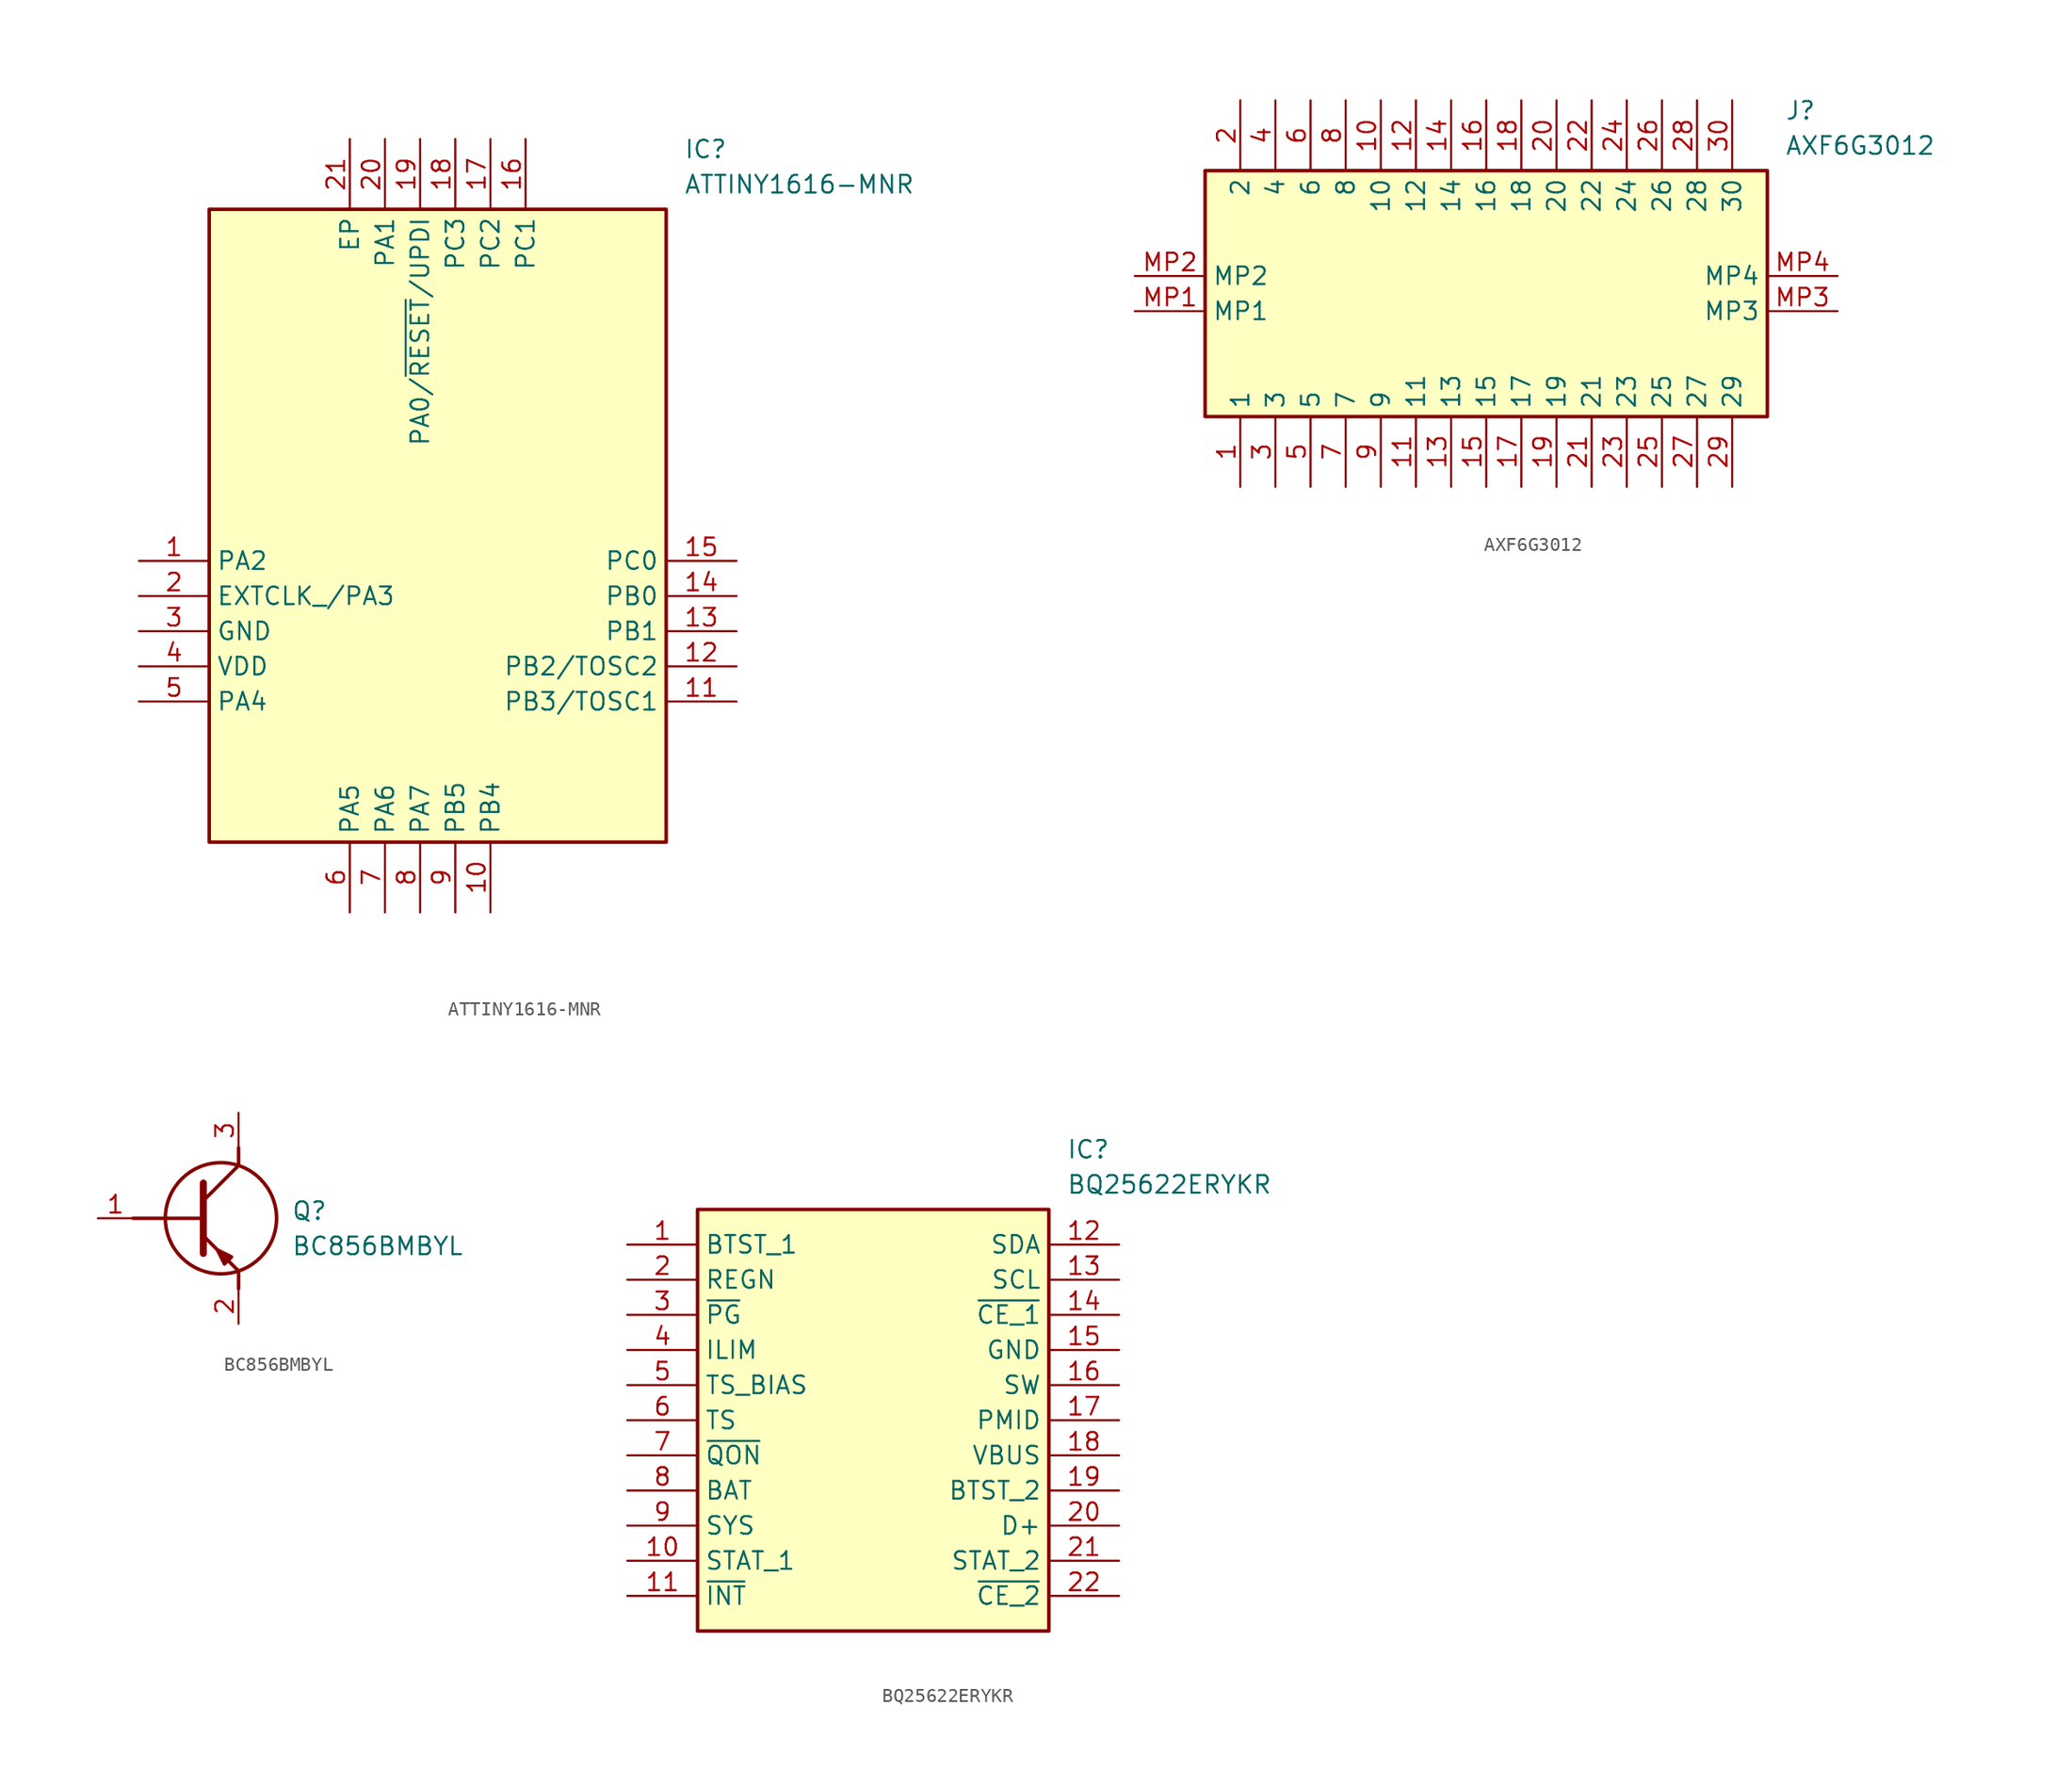
<source format=kicad_sym>
(kicad_symbol_lib
  (version 20220914)
  (generator SamacSys_ECAD_Model)
  (symbol "ATTINY1616-MNR"
    (property "Reference" "IC"
      (at 39.37 30.48 0)
      (effects (font (size 1.27 1.27)) (justify left top)))
    (property "Value" "ATTINY1616-MNR"
      (at 39.37 27.94 0)
      (effects (font (size 1.27 1.27)) (justify left top)))
    (rectangle
      (start 5.08 25.4)
      (end 38.1 -20.32)
      (stroke (width 0.254) (type default))
      (fill (type background)))
    (pin passive line
      (at 0 0 0)
      (length 5.08)
      (name "PA2" (effects (font (size 1.27 1.27))))
      (number "1" (effects (font (size 1.27 1.27)))))
    (pin passive line
      (at 0 -2.54 0)
      (length 5.08)
      (name "EXTCLK_/PA3" (effects (font (size 1.27 1.27))))
      (number "2" (effects (font (size 1.27 1.27)))))
    (pin passive line
      (at 0 -5.08 0)
      (length 5.08)
      (name "GND" (effects (font (size 1.27 1.27))))
      (number "3" (effects (font (size 1.27 1.27)))))
    (pin passive line
      (at 0 -7.62 0)
      (length 5.08)
      (name "VDD" (effects (font (size 1.27 1.27))))
      (number "4" (effects (font (size 1.27 1.27)))))
    (pin passive line
      (at 0 -10.16 0)
      (length 5.08)
      (name "PA4" (effects (font (size 1.27 1.27))))
      (number "5" (effects (font (size 1.27 1.27)))))
    (pin passive line
      (at 15.24 -25.4 90)
      (length 5.08)
      (name "PA5" (effects (font (size 1.27 1.27))))
      (number "6" (effects (font (size 1.27 1.27)))))
    (pin passive line
      (at 17.78 -25.4 90)
      (length 5.08)
      (name "PA6" (effects (font (size 1.27 1.27))))
      (number "7" (effects (font (size 1.27 1.27)))))
    (pin passive line
      (at 20.32 -25.4 90)
      (length 5.08)
      (name "PA7" (effects (font (size 1.27 1.27))))
      (number "8" (effects (font (size 1.27 1.27)))))
    (pin passive line
      (at 22.86 -25.4 90)
      (length 5.08)
      (name "PB5" (effects (font (size 1.27 1.27))))
      (number "9" (effects (font (size 1.27 1.27)))))
    (pin passive line
      (at 25.4 -25.4 90)
      (length 5.08)
      (name "PB4" (effects (font (size 1.27 1.27))))
      (number "10" (effects (font (size 1.27 1.27)))))
    (pin passive line
      (at 43.18 0 180)
      (length 5.08)
      (name "PC0" (effects (font (size 1.27 1.27))))
      (number "15" (effects (font (size 1.27 1.27)))))
    (pin passive line
      (at 43.18 -2.54 180)
      (length 5.08)
      (name "PB0" (effects (font (size 1.27 1.27))))
      (number "14" (effects (font (size 1.27 1.27)))))
    (pin passive line
      (at 43.18 -5.08 180)
      (length 5.08)
      (name "PB1" (effects (font (size 1.27 1.27))))
      (number "13" (effects (font (size 1.27 1.27)))))
    (pin passive line
      (at 43.18 -7.62 180)
      (length 5.08)
      (name "PB2/TOSC2" (effects (font (size 1.27 1.27))))
      (number "12" (effects (font (size 1.27 1.27)))))
    (pin passive line
      (at 43.18 -10.16 180)
      (length 5.08)
      (name "PB3/TOSC1" (effects (font (size 1.27 1.27))))
      (number "11" (effects (font (size 1.27 1.27)))))
    (pin passive line
      (at 15.24 30.48 270)
      (length 5.08)
      (name "EP" (effects (font (size 1.27 1.27))))
      (number "21" (effects (font (size 1.27 1.27)))))
    (pin passive line
      (at 17.78 30.48 270)
      (length 5.08)
      (name "PA1" (effects (font (size 1.27 1.27))))
      (number "20" (effects (font (size 1.27 1.27)))))
    (pin passive line
      (at 20.32 30.48 270)
      (length 5.08)
      (name "PA0/~{RESET}/UPDI" (effects (font (size 1.27 1.27))))
      (number "19" (effects (font (size 1.27 1.27)))))
    (pin passive line
      (at 22.86 30.48 270)
      (length 5.08)
      (name "PC3" (effects (font (size 1.27 1.27))))
      (number "18" (effects (font (size 1.27 1.27)))))
    (pin passive line
      (at 25.4 30.48 270)
      (length 5.08)
      (name "PC2" (effects (font (size 1.27 1.27))))
      (number "17" (effects (font (size 1.27 1.27)))))
    (pin passive line
      (at 27.94 30.48 270)
      (length 5.08)
      (name "PC1" (effects (font (size 1.27 1.27))))
      (number "16" (effects (font (size 1.27 1.27))))))
  (symbol "AXF6G3012"
    (property "Reference" "J"
      (at 46.99 12.7 0)
      (effects (font (size 1.27 1.27)) (justify left top)))
    (property "Value" "AXF6G3012"
      (at 46.99 10.16 0)
      (effects (font (size 1.27 1.27)) (justify left top)))
    (rectangle
      (start 5.08 7.62)
      (end 45.72 -10.16)
      (stroke (width 0.254) (type default))
      (fill (type background)))
    (pin passive line
      (at 7.62 -15.24 90)
      (length 5.08)
      (name "1" (effects (font (size 1.27 1.27))))
      (number "1" (effects (font (size 1.27 1.27)))))
    (pin passive line
      (at 7.62 12.7 270)
      (length 5.08)
      (name "2" (effects (font (size 1.27 1.27))))
      (number "2" (effects (font (size 1.27 1.27)))))
    (pin passive line
      (at 10.16 -15.24 90)
      (length 5.08)
      (name "3" (effects (font (size 1.27 1.27))))
      (number "3" (effects (font (size 1.27 1.27)))))
    (pin passive line
      (at 10.16 12.7 270)
      (length 5.08)
      (name "4" (effects (font (size 1.27 1.27))))
      (number "4" (effects (font (size 1.27 1.27)))))
    (pin passive line
      (at 12.7 -15.24 90)
      (length 5.08)
      (name "5" (effects (font (size 1.27 1.27))))
      (number "5" (effects (font (size 1.27 1.27)))))
    (pin passive line
      (at 12.7 12.7 270)
      (length 5.08)
      (name "6" (effects (font (size 1.27 1.27))))
      (number "6" (effects (font (size 1.27 1.27)))))
    (pin passive line
      (at 15.24 -15.24 90)
      (length 5.08)
      (name "7" (effects (font (size 1.27 1.27))))
      (number "7" (effects (font (size 1.27 1.27)))))
    (pin passive line
      (at 15.24 12.7 270)
      (length 5.08)
      (name "8" (effects (font (size 1.27 1.27))))
      (number "8" (effects (font (size 1.27 1.27)))))
    (pin passive line
      (at 17.78 -15.24 90)
      (length 5.08)
      (name "9" (effects (font (size 1.27 1.27))))
      (number "9" (effects (font (size 1.27 1.27)))))
    (pin passive line
      (at 17.78 12.7 270)
      (length 5.08)
      (name "10" (effects (font (size 1.27 1.27))))
      (number "10" (effects (font (size 1.27 1.27)))))
    (pin passive line
      (at 20.32 -15.24 90)
      (length 5.08)
      (name "11" (effects (font (size 1.27 1.27))))
      (number "11" (effects (font (size 1.27 1.27)))))
    (pin passive line
      (at 20.32 12.7 270)
      (length 5.08)
      (name "12" (effects (font (size 1.27 1.27))))
      (number "12" (effects (font (size 1.27 1.27)))))
    (pin passive line
      (at 22.86 -15.24 90)
      (length 5.08)
      (name "13" (effects (font (size 1.27 1.27))))
      (number "13" (effects (font (size 1.27 1.27)))))
    (pin passive line
      (at 22.86 12.7 270)
      (length 5.08)
      (name "14" (effects (font (size 1.27 1.27))))
      (number "14" (effects (font (size 1.27 1.27)))))
    (pin passive line
      (at 25.4 -15.24 90)
      (length 5.08)
      (name "15" (effects (font (size 1.27 1.27))))
      (number "15" (effects (font (size 1.27 1.27)))))
    (pin passive line
      (at 25.4 12.7 270)
      (length 5.08)
      (name "16" (effects (font (size 1.27 1.27))))
      (number "16" (effects (font (size 1.27 1.27)))))
    (pin passive line
      (at 27.94 -15.24 90)
      (length 5.08)
      (name "17" (effects (font (size 1.27 1.27))))
      (number "17" (effects (font (size 1.27 1.27)))))
    (pin passive line
      (at 27.94 12.7 270)
      (length 5.08)
      (name "18" (effects (font (size 1.27 1.27))))
      (number "18" (effects (font (size 1.27 1.27)))))
    (pin passive line
      (at 30.48 -15.24 90)
      (length 5.08)
      (name "19" (effects (font (size 1.27 1.27))))
      (number "19" (effects (font (size 1.27 1.27)))))
    (pin passive line
      (at 30.48 12.7 270)
      (length 5.08)
      (name "20" (effects (font (size 1.27 1.27))))
      (number "20" (effects (font (size 1.27 1.27)))))
    (pin passive line
      (at 33.02 -15.24 90)
      (length 5.08)
      (name "21" (effects (font (size 1.27 1.27))))
      (number "21" (effects (font (size 1.27 1.27)))))
    (pin passive line
      (at 33.02 12.7 270)
      (length 5.08)
      (name "22" (effects (font (size 1.27 1.27))))
      (number "22" (effects (font (size 1.27 1.27)))))
    (pin passive line
      (at 35.56 -15.24 90)
      (length 5.08)
      (name "23" (effects (font (size 1.27 1.27))))
      (number "23" (effects (font (size 1.27 1.27)))))
    (pin passive line
      (at 35.56 12.7 270)
      (length 5.08)
      (name "24" (effects (font (size 1.27 1.27))))
      (number "24" (effects (font (size 1.27 1.27)))))
    (pin passive line
      (at 38.1 -15.24 90)
      (length 5.08)
      (name "25" (effects (font (size 1.27 1.27))))
      (number "25" (effects (font (size 1.27 1.27)))))
    (pin passive line
      (at 38.1 12.7 270)
      (length 5.08)
      (name "26" (effects (font (size 1.27 1.27))))
      (number "26" (effects (font (size 1.27 1.27)))))
    (pin passive line
      (at 40.64 -15.24 90)
      (length 5.08)
      (name "27" (effects (font (size 1.27 1.27))))
      (number "27" (effects (font (size 1.27 1.27)))))
    (pin passive line
      (at 40.64 12.7 270)
      (length 5.08)
      (name "28" (effects (font (size 1.27 1.27))))
      (number "28" (effects (font (size 1.27 1.27)))))
    (pin passive line
      (at 43.18 -15.24 90)
      (length 5.08)
      (name "29" (effects (font (size 1.27 1.27))))
      (number "29" (effects (font (size 1.27 1.27)))))
    (pin passive line
      (at 43.18 12.7 270)
      (length 5.08)
      (name "30" (effects (font (size 1.27 1.27))))
      (number "30" (effects (font (size 1.27 1.27)))))
    (pin passive line
      (at 0 -2.54 0)
      (length 5.08)
      (name "MP1" (effects (font (size 1.27 1.27))))
      (number "MP1" (effects (font (size 1.27 1.27)))))
    (pin passive line
      (at 0 0 0)
      (length 5.08)
      (name "MP2" (effects (font (size 1.27 1.27))))
      (number "MP2" (effects (font (size 1.27 1.27)))))
    (pin passive line
      (at 50.8 -2.54 180)
      (length 5.08)
      (name "MP3" (effects (font (size 1.27 1.27))))
      (number "MP3" (effects (font (size 1.27 1.27)))))
    (pin passive line
      (at 50.8 0 180)
      (length 5.08)
      (name "MP4" (effects (font (size 1.27 1.27))))
      (number "MP4" (effects (font (size 1.27 1.27))))))
  (symbol "BC856BMBYL"
    (pin_names hide)
    (property "Reference" "Q"
      (at 13.97 1.27 0)
      (effects (font (size 1.27 1.27)) (justify left top)))
    (property "Value" "BC856BMBYL"
      (at 13.97 -1.27 0)
      (effects (font (size 1.27 1.27)) (justify left top)))
    (polyline
      (pts (xy 7.62 2.54) (xy 7.62 -2.54))
      (stroke (width 0.508) (type default))
      (fill (type none)))
    (polyline
      (pts (xy 7.62 1.27) (xy 10.16 3.81))
      (stroke (width 0.254) (type default))
      (fill (type none)))
    (polyline
      (pts (xy 7.62 -1.27) (xy 10.16 -3.81))
      (stroke (width 0.254) (type default))
      (fill (type none)))
    (polyline
      (pts (xy 10.16 -3.81) (xy 10.16 -5.08))
      (stroke (width 0.254) (type default))
      (fill (type none)))
    (polyline
      (pts (xy 10.16 3.81) (xy 10.16 5.08))
      (stroke (width 0.254) (type default))
      (fill (type none)))
    (polyline
      (pts (xy 2.54 0) (xy 7.62 0))
      (stroke (width 0.254) (type default))
      (fill (type none)))
    (circle
      (center 8.89 0)
      (radius 4.016)
      (stroke (width 0.254) (type default))
      (fill (type none)))
    (polyline
      (pts (xy 9.652 -2.794) (xy 9.144 -3.302) (xy 8.636 -2.286) (xy 9.652 -2.794))
      (stroke (width 0.254) (type default))
      (fill (type outline)))
    (pin passive line
      (at 0 0 0)
      (length 2.54)
      (name "B" (effects (font (size 1.27 1.27))))
      (number "1" (effects (font (size 1.27 1.27)))))
    (pin passive line
      (at 10.16 -7.62 90)
      (length 2.54)
      (name "E" (effects (font (size 1.27 1.27))))
      (number "2" (effects (font (size 1.27 1.27)))))
    (pin passive line
      (at 10.16 7.62 270)
      (length 2.54)
      (name "C" (effects (font (size 1.27 1.27))))
      (number "3" (effects (font (size 1.27 1.27))))))
  (symbol "BQ25622ERYKR"
    (property "Reference" "IC"
      (at 31.75 7.62 0)
      (effects (font (size 1.27 1.27)) (justify left top)))
    (property "Value" "BQ25622ERYKR"
      (at 31.75 5.08 0)
      (effects (font (size 1.27 1.27)) (justify left top)))
    (rectangle
      (start 5.08 2.54)
      (end 30.48 -27.94)
      (stroke (width 0.254) (type default))
      (fill (type background)))
    (pin passive line
      (at 0 0 0)
      (length 5.08)
      (name "BTST_1" (effects (font (size 1.27 1.27))))
      (number "1" (effects (font (size 1.27 1.27)))))
    (pin passive line
      (at 0 -2.54 0)
      (length 5.08)
      (name "REGN" (effects (font (size 1.27 1.27))))
      (number "2" (effects (font (size 1.27 1.27)))))
    (pin passive line
      (at 0 -5.08 0)
      (length 5.08)
      (name "~{PG}" (effects (font (size 1.27 1.27))))
      (number "3" (effects (font (size 1.27 1.27)))))
    (pin passive line
      (at 0 -7.62 0)
      (length 5.08)
      (name "ILIM" (effects (font (size 1.27 1.27))))
      (number "4" (effects (font (size 1.27 1.27)))))
    (pin passive line
      (at 0 -10.16 0)
      (length 5.08)
      (name "TS_BIAS" (effects (font (size 1.27 1.27))))
      (number "5" (effects (font (size 1.27 1.27)))))
    (pin passive line
      (at 0 -12.7 0)
      (length 5.08)
      (name "TS" (effects (font (size 1.27 1.27))))
      (number "6" (effects (font (size 1.27 1.27)))))
    (pin passive line
      (at 0 -15.24 0)
      (length 5.08)
      (name "~{QON}" (effects (font (size 1.27 1.27))))
      (number "7" (effects (font (size 1.27 1.27)))))
    (pin passive line
      (at 0 -17.78 0)
      (length 5.08)
      (name "BAT" (effects (font (size 1.27 1.27))))
      (number "8" (effects (font (size 1.27 1.27)))))
    (pin passive line
      (at 0 -20.32 0)
      (length 5.08)
      (name "SYS" (effects (font (size 1.27 1.27))))
      (number "9" (effects (font (size 1.27 1.27)))))
    (pin passive line
      (at 0 -22.86 0)
      (length 5.08)
      (name "STAT_1" (effects (font (size 1.27 1.27))))
      (number "10" (effects (font (size 1.27 1.27)))))
    (pin passive line
      (at 0 -25.4 0)
      (length 5.08)
      (name "~{INT}" (effects (font (size 1.27 1.27))))
      (number "11" (effects (font (size 1.27 1.27)))))
    (pin passive line
      (at 35.56 0 180)
      (length 5.08)
      (name "SDA" (effects (font (size 1.27 1.27))))
      (number "12" (effects (font (size 1.27 1.27)))))
    (pin passive line
      (at 35.56 -2.54 180)
      (length 5.08)
      (name "SCL" (effects (font (size 1.27 1.27))))
      (number "13" (effects (font (size 1.27 1.27)))))
    (pin passive line
      (at 35.56 -5.08 180)
      (length 5.08)
      (name "~{CE_1}" (effects (font (size 1.27 1.27))))
      (number "14" (effects (font (size 1.27 1.27)))))
    (pin passive line
      (at 35.56 -7.62 180)
      (length 5.08)
      (name "GND" (effects (font (size 1.27 1.27))))
      (number "15" (effects (font (size 1.27 1.27)))))
    (pin passive line
      (at 35.56 -10.16 180)
      (length 5.08)
      (name "SW" (effects (font (size 1.27 1.27))))
      (number "16" (effects (font (size 1.27 1.27)))))
    (pin passive line
      (at 35.56 -12.7 180)
      (length 5.08)
      (name "PMID" (effects (font (size 1.27 1.27))))
      (number "17" (effects (font (size 1.27 1.27)))))
    (pin passive line
      (at 35.56 -15.24 180)
      (length 5.08)
      (name "VBUS" (effects (font (size 1.27 1.27))))
      (number "18" (effects (font (size 1.27 1.27)))))
    (pin passive line
      (at 35.56 -17.78 180)
      (length 5.08)
      (name "BTST_2" (effects (font (size 1.27 1.27))))
      (number "19" (effects (font (size 1.27 1.27)))))
    (pin passive line
      (at 35.56 -20.32 180)
      (length 5.08)
      (name "D+" (effects (font (size 1.27 1.27))))
      (number "20" (effects (font (size 1.27 1.27)))))
    (pin passive line
      (at 35.56 -22.86 180)
      (length 5.08)
      (name "STAT_2" (effects (font (size 1.27 1.27))))
      (number "21" (effects (font (size 1.27 1.27)))))
    (pin passive line
      (at 35.56 -25.4 180)
      (length 5.08)
      (name "~{CE_2}" (effects (font (size 1.27 1.27))))
      (number "22" (effects (font (size 1.27 1.27)))))))
</source>
